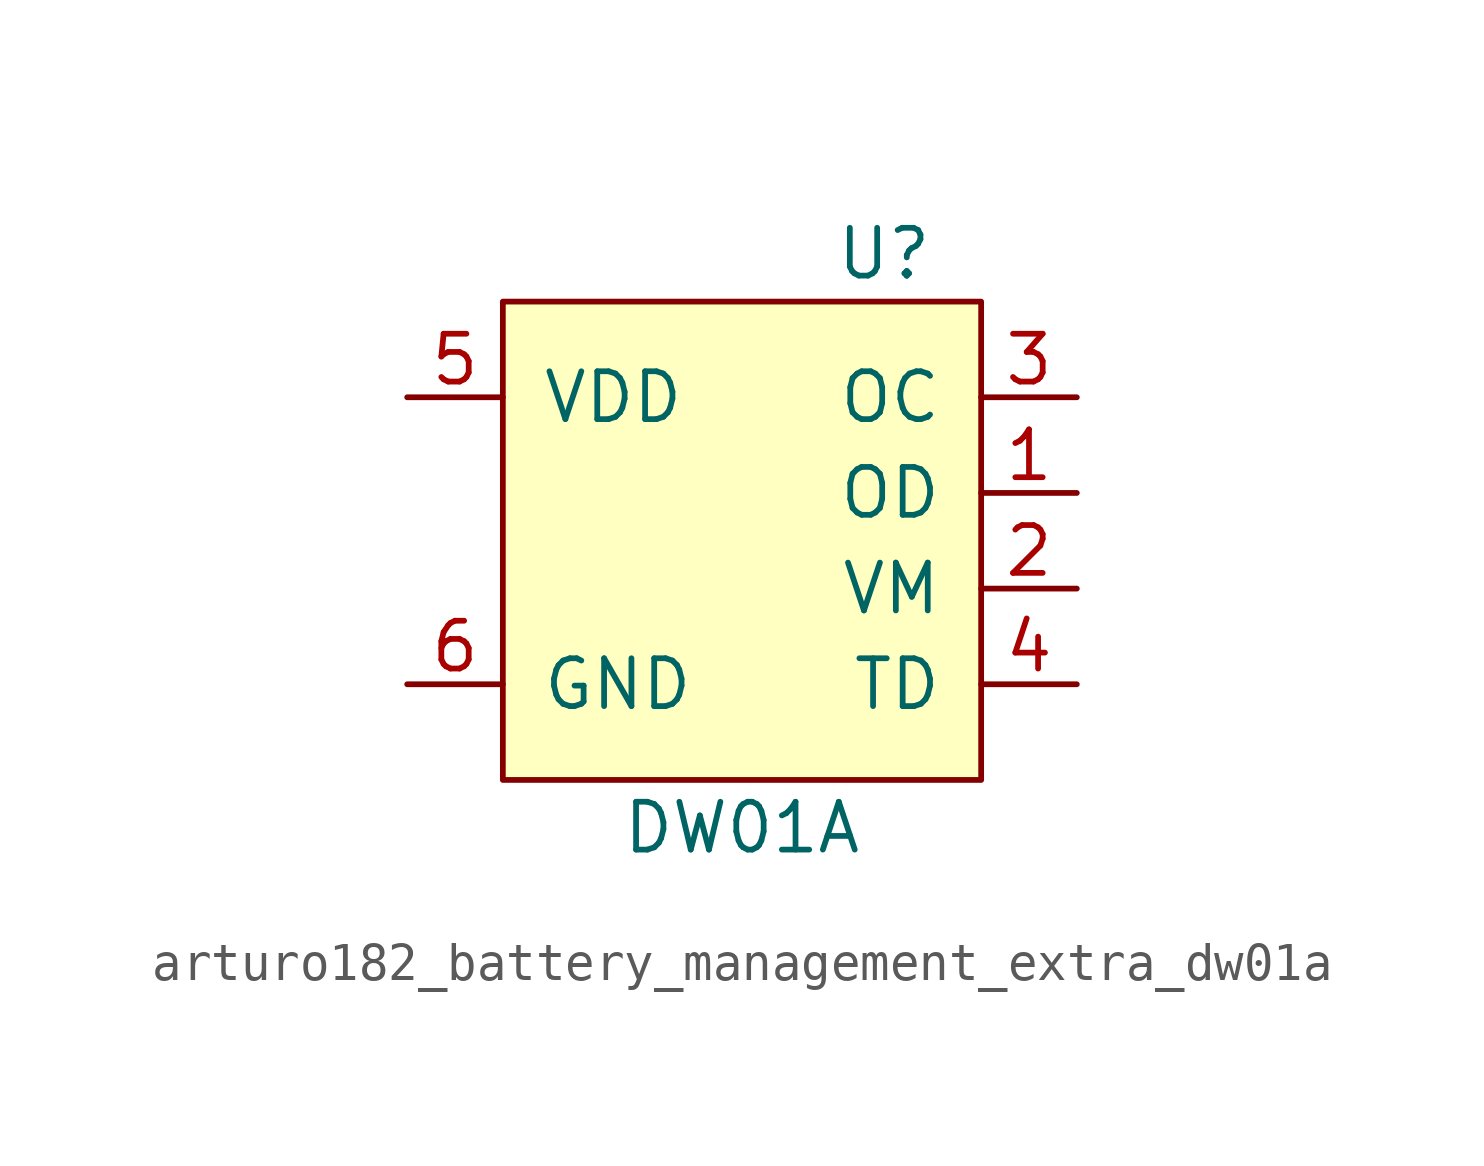
<source format=kicad_sym>
(kicad_symbol_lib
  (version 20220914)
  (generator kicad_symbol_editor)
  (symbol "arturo182_battery_management_extra_dw01a"
    (pin_names
      (offset 1.016))
    (property "Reference" "U"
      (at 5.08 7.62 0)
      (effects (font (size 1.27 1.27)) (justify right)))
    (property "Value" "DW01A"
      (at 0 -7.62 0)
      (effects (font (size 1.27 1.27))))
    (symbol "arturo182_battery_management_extra_dw01a_0_1"
      (rectangle (start -6.35 6.35) (end 6.35 -6.35) (stroke (width 0) (type default) (color 0 0 0 0)) (fill (type background))))
    (symbol "arturo182_battery_management_extra_dw01a_1_1"
      (pin output line (at 8.89 1.27 180) (length 2.54) (name "OD" (effects (font (size 1.27 1.27)))) (number "1" (effects (font (size 1.27 1.27)))))
      (pin input line (at 8.89 -1.27 180) (length 2.54) (name "VM" (effects (font (size 1.27 1.27)))) (number "2" (effects (font (size 1.27 1.27)))))
      (pin output line (at 8.89 3.81 180) (length 2.54) (name "OC" (effects (font (size 1.27 1.27)))) (number "3" (effects (font (size 1.27 1.27)))))
      (pin input line (at 8.89 -3.81 180) (length 2.54) (name "TD" (effects (font (size 1.27 1.27)))) (number "4" (effects (font (size 1.27 1.27)))))
      (pin input line (at -8.89 3.81 0) (length 2.54) (name "VDD" (effects (font (size 1.27 1.27)))) (number "5" (effects (font (size 1.27 1.27)))))
      (pin power_in line (at -8.89 -3.81 0) (length 2.54) (name "GND" (effects (font (size 1.27 1.27)))) (number "6" (effects (font (size 1.27 1.27))))))))
</source>
